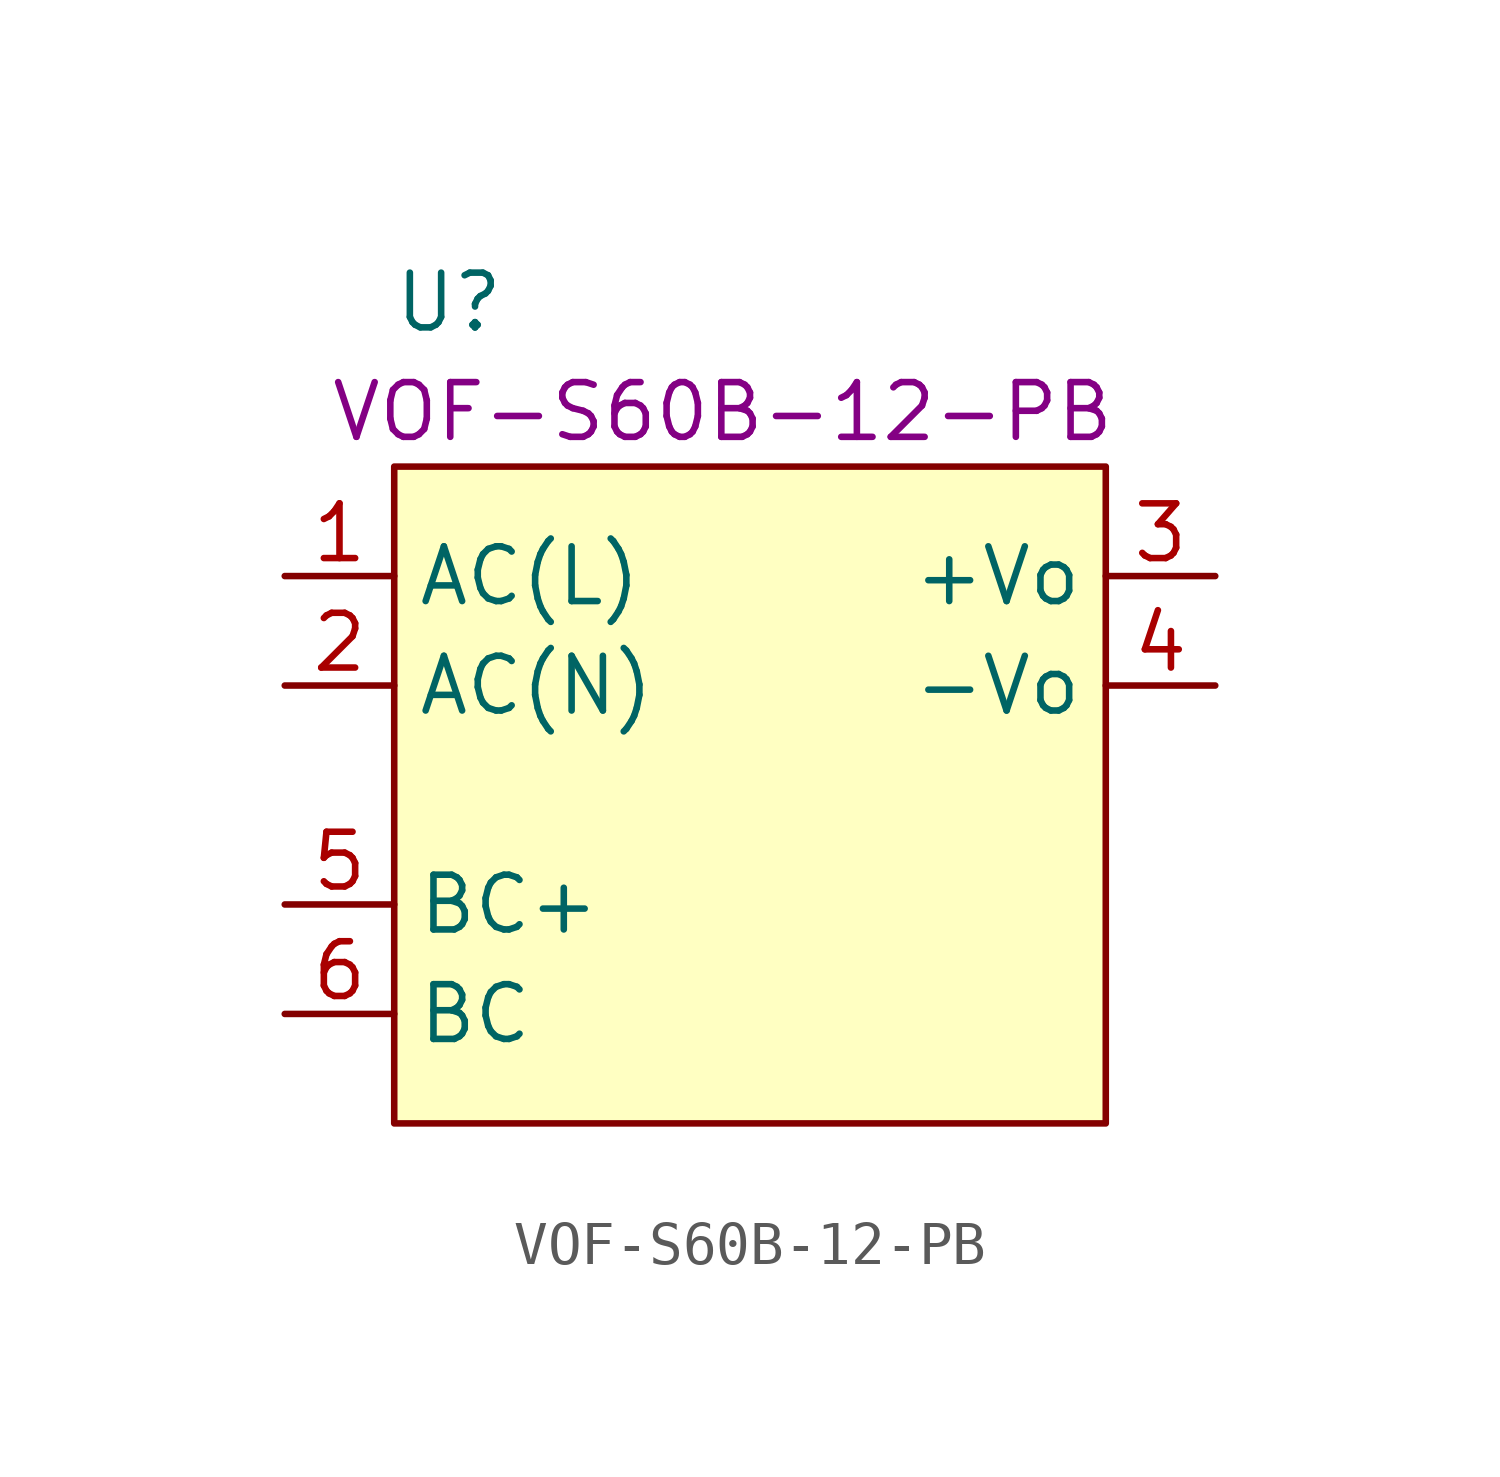
<source format=kicad_sym>
(kicad_symbol_lib
  (version 20211014)
  (generator kicad_symbol_editor)
  (symbol "VOF-S60B-12-PB"
    (property "Reference" "U"
      (at 3.81 6.35 0)
      (effects (font (size 1.27 1.27))))
    (property "P/N" "VOF-S60B-12-PB"
      (at 10.16 3.81 0)
      (effects (font (size 1.27 1.27))))
    (symbol "VOF-S60B-12-PB_0_0"
      (pin input line (at 0 0 0) (length 2.54) (name "AC(L)" (effects (font (size 1.27 1.27)))) (number "1" (effects (font (size 1.27 1.27)))))
      (pin input line (at 0 -2.54 0) (length 2.54) (name "AC(N)" (effects (font (size 1.27 1.27)))) (number "2" (effects (font (size 1.27 1.27)))))
      (pin power_out line (at 21.59 0 180) (length 2.54) (name "+Vo" (effects (font (size 1.27 1.27)))) (number "3" (effects (font (size 1.27 1.27)))))
      (pin power_out line (at 21.59 -2.54 180) (length 2.54) (name "-Vo" (effects (font (size 1.27 1.27)))) (number "4" (effects (font (size 1.27 1.27)))))
      (pin passive line (at 0 -7.62 0) (length 2.54) (name "BC+" (effects (font (size 1.27 1.27)))) (number "5" (effects (font (size 1.27 1.27)))))
      (pin passive line (at 0 -10.16 0) (length 2.54) (name "BC" (effects (font (size 1.27 1.27)))) (number "6" (effects (font (size 1.27 1.27))))))
    (symbol "VOF-S60B-12-PB_0_1"
      (rectangle (start 2.54 -12.7) (end 19.05 2.54) (stroke (width 0) (type default) (color 0 0 0 0)) (fill (type background))))))
</source>
